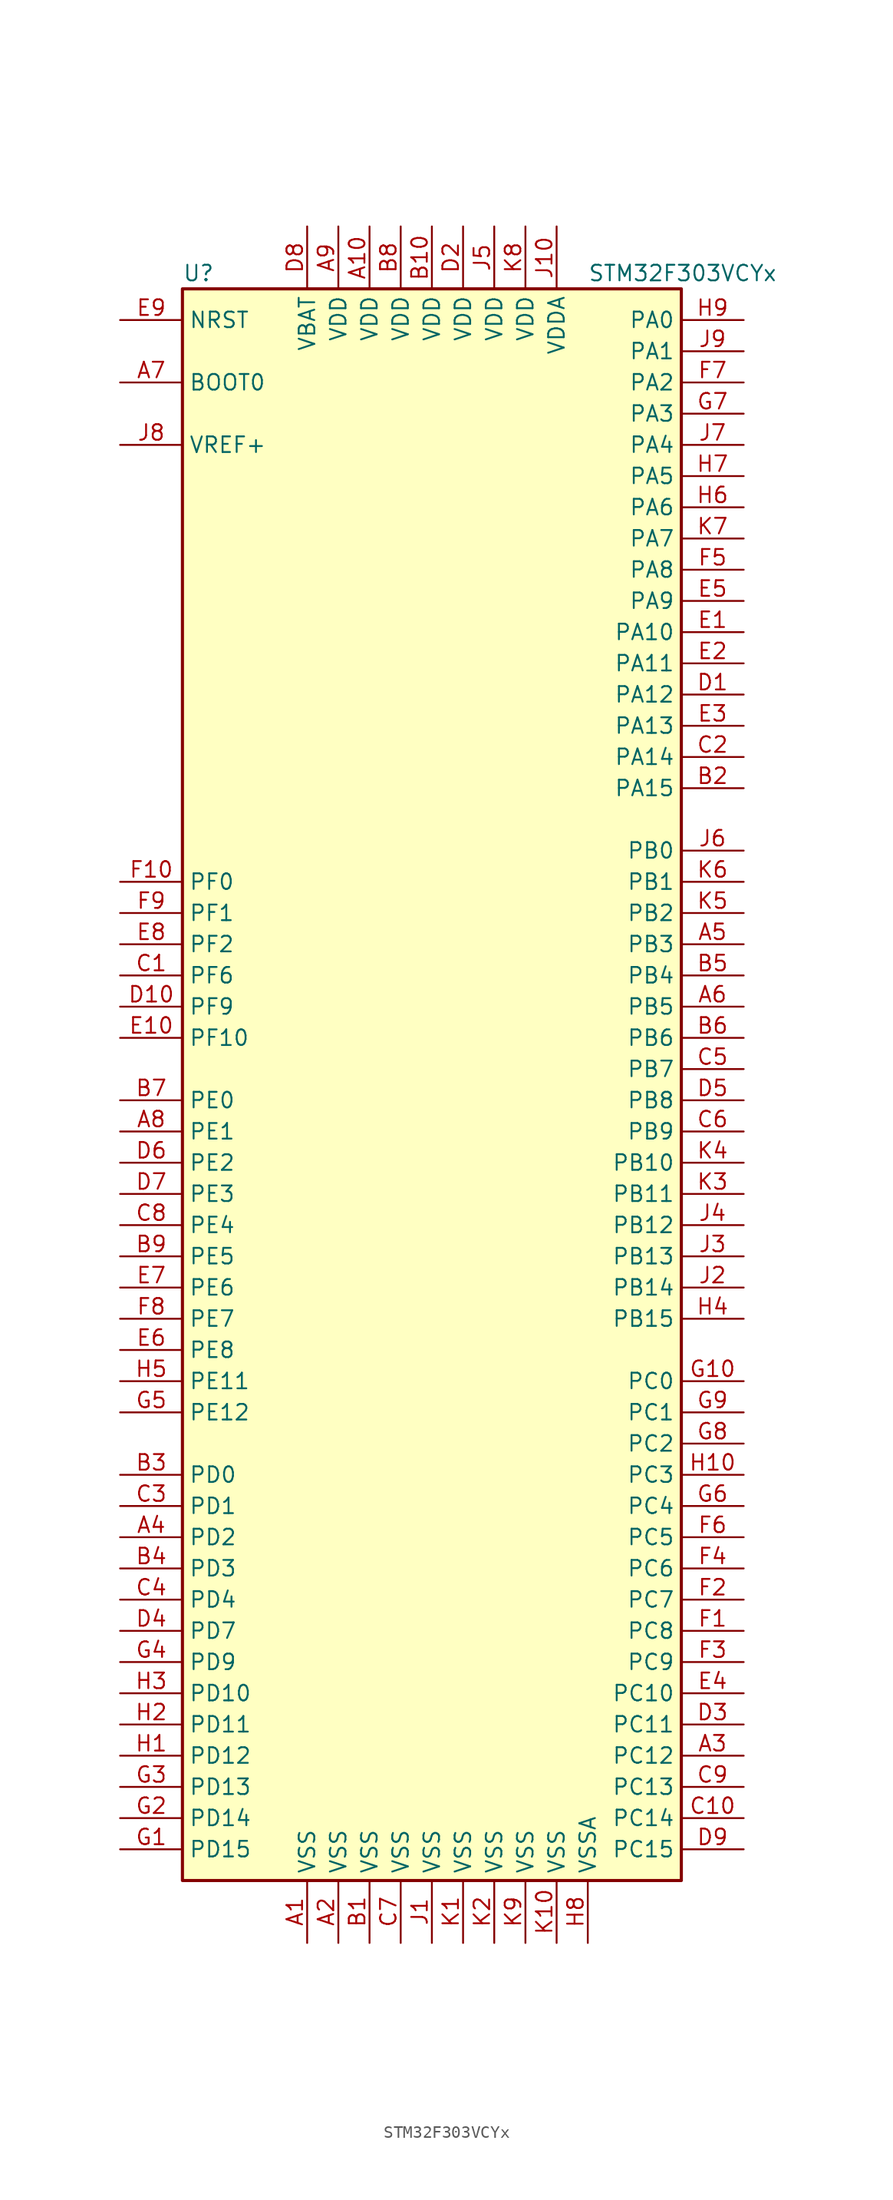
<source format=kicad_sym>
(kicad_symbol_lib
  (version 20201005)
  (generator kicad_symbol_editor)
  (symbol "MCU_ST_STM32F3:STM32F303VCYx"
    (property "Reference" "U"
      (at -20.32 64.77 0)
      (effects (font (size 1.27 1.27)) (justify left)))
    (property "Value" "STM32F303VCYx"
      (at 12.7 64.77 0)
      (effects (font (size 1.27 1.27)) (justify left)))
    (symbol "STM32F303VCYx_0_1"
      (rectangle (start -20.32 -66.04) (end 20.32 63.5) (stroke (width 0.254)) (fill (type background))))
    (symbol "STM32F303VCYx_1_1"
      (pin input line (at -25.4 55.88 0) (length 5.08) (name "BOOT0" (effects (font (size 1.27 1.27)))) (number "A7" (effects (font (size 1.27 1.27)))))
      (pin input line (at -25.4 60.96 0) (length 5.08) (name "NRST" (effects (font (size 1.27 1.27)))) (number "E9" (effects (font (size 1.27 1.27)))))
      (pin bidirectional line (at 25.4 60.96 180) (length 5.08) (name "PA0" (effects (font (size 1.27 1.27)))) (number "H9" (effects (font (size 1.27 1.27)))))
      (pin bidirectional line (at 25.4 58.42 180) (length 5.08) (name "PA1" (effects (font (size 1.27 1.27)))) (number "J9" (effects (font (size 1.27 1.27)))))
      (pin bidirectional line (at 25.4 35.56 180) (length 5.08) (name "PA10" (effects (font (size 1.27 1.27)))) (number "E1" (effects (font (size 1.27 1.27)))))
      (pin bidirectional line (at 25.4 33.02 180) (length 5.08) (name "PA11" (effects (font (size 1.27 1.27)))) (number "E2" (effects (font (size 1.27 1.27)))))
      (pin bidirectional line (at 25.4 30.48 180) (length 5.08) (name "PA12" (effects (font (size 1.27 1.27)))) (number "D1" (effects (font (size 1.27 1.27)))))
      (pin bidirectional line (at 25.4 27.94 180) (length 5.08) (name "PA13" (effects (font (size 1.27 1.27)))) (number "E3" (effects (font (size 1.27 1.27)))))
      (pin bidirectional line (at 25.4 25.4 180) (length 5.08) (name "PA14" (effects (font (size 1.27 1.27)))) (number "C2" (effects (font (size 1.27 1.27)))))
      (pin bidirectional line (at 25.4 22.86 180) (length 5.08) (name "PA15" (effects (font (size 1.27 1.27)))) (number "B2" (effects (font (size 1.27 1.27)))))
      (pin bidirectional line (at 25.4 55.88 180) (length 5.08) (name "PA2" (effects (font (size 1.27 1.27)))) (number "F7" (effects (font (size 1.27 1.27)))))
      (pin bidirectional line (at 25.4 53.34 180) (length 5.08) (name "PA3" (effects (font (size 1.27 1.27)))) (number "G7" (effects (font (size 1.27 1.27)))))
      (pin bidirectional line (at 25.4 50.8 180) (length 5.08) (name "PA4" (effects (font (size 1.27 1.27)))) (number "J7" (effects (font (size 1.27 1.27)))))
      (pin bidirectional line (at 25.4 48.26 180) (length 5.08) (name "PA5" (effects (font (size 1.27 1.27)))) (number "H7" (effects (font (size 1.27 1.27)))))
      (pin bidirectional line (at 25.4 45.72 180) (length 5.08) (name "PA6" (effects (font (size 1.27 1.27)))) (number "H6" (effects (font (size 1.27 1.27)))))
      (pin bidirectional line (at 25.4 43.18 180) (length 5.08) (name "PA7" (effects (font (size 1.27 1.27)))) (number "K7" (effects (font (size 1.27 1.27)))))
      (pin bidirectional line (at 25.4 40.64 180) (length 5.08) (name "PA8" (effects (font (size 1.27 1.27)))) (number "F5" (effects (font (size 1.27 1.27)))))
      (pin bidirectional line (at 25.4 38.1 180) (length 5.08) (name "PA9" (effects (font (size 1.27 1.27)))) (number "E5" (effects (font (size 1.27 1.27)))))
      (pin bidirectional line (at 25.4 17.78 180) (length 5.08) (name "PB0" (effects (font (size 1.27 1.27)))) (number "J6" (effects (font (size 1.27 1.27)))))
      (pin bidirectional line (at 25.4 15.24 180) (length 5.08) (name "PB1" (effects (font (size 1.27 1.27)))) (number "K6" (effects (font (size 1.27 1.27)))))
      (pin bidirectional line (at 25.4 -7.62 180) (length 5.08) (name "PB10" (effects (font (size 1.27 1.27)))) (number "K4" (effects (font (size 1.27 1.27)))))
      (pin bidirectional line (at 25.4 -10.16 180) (length 5.08) (name "PB11" (effects (font (size 1.27 1.27)))) (number "K3" (effects (font (size 1.27 1.27)))))
      (pin bidirectional line (at 25.4 -12.7 180) (length 5.08) (name "PB12" (effects (font (size 1.27 1.27)))) (number "J4" (effects (font (size 1.27 1.27)))))
      (pin bidirectional line (at 25.4 -15.24 180) (length 5.08) (name "PB13" (effects (font (size 1.27 1.27)))) (number "J3" (effects (font (size 1.27 1.27)))))
      (pin bidirectional line (at 25.4 -17.78 180) (length 5.08) (name "PB14" (effects (font (size 1.27 1.27)))) (number "J2" (effects (font (size 1.27 1.27)))))
      (pin bidirectional line (at 25.4 -20.32 180) (length 5.08) (name "PB15" (effects (font (size 1.27 1.27)))) (number "H4" (effects (font (size 1.27 1.27)))))
      (pin bidirectional line (at 25.4 12.7 180) (length 5.08) (name "PB2" (effects (font (size 1.27 1.27)))) (number "K5" (effects (font (size 1.27 1.27)))))
      (pin bidirectional line (at 25.4 10.16 180) (length 5.08) (name "PB3" (effects (font (size 1.27 1.27)))) (number "A5" (effects (font (size 1.27 1.27)))))
      (pin bidirectional line (at 25.4 7.62 180) (length 5.08) (name "PB4" (effects (font (size 1.27 1.27)))) (number "B5" (effects (font (size 1.27 1.27)))))
      (pin bidirectional line (at 25.4 5.08 180) (length 5.08) (name "PB5" (effects (font (size 1.27 1.27)))) (number "A6" (effects (font (size 1.27 1.27)))))
      (pin bidirectional line (at 25.4 2.54 180) (length 5.08) (name "PB6" (effects (font (size 1.27 1.27)))) (number "B6" (effects (font (size 1.27 1.27)))))
      (pin bidirectional line (at 25.4 0 180) (length 5.08) (name "PB7" (effects (font (size 1.27 1.27)))) (number "C5" (effects (font (size 1.27 1.27)))))
      (pin bidirectional line (at 25.4 -2.54 180) (length 5.08) (name "PB8" (effects (font (size 1.27 1.27)))) (number "D5" (effects (font (size 1.27 1.27)))))
      (pin bidirectional line (at 25.4 -5.08 180) (length 5.08) (name "PB9" (effects (font (size 1.27 1.27)))) (number "C6" (effects (font (size 1.27 1.27)))))
      (pin bidirectional line (at 25.4 -25.4 180) (length 5.08) (name "PC0" (effects (font (size 1.27 1.27)))) (number "G10" (effects (font (size 1.27 1.27)))))
      (pin bidirectional line (at 25.4 -27.94 180) (length 5.08) (name "PC1" (effects (font (size 1.27 1.27)))) (number "G9" (effects (font (size 1.27 1.27)))))
      (pin bidirectional line (at 25.4 -50.8 180) (length 5.08) (name "PC10" (effects (font (size 1.27 1.27)))) (number "E4" (effects (font (size 1.27 1.27)))))
      (pin bidirectional line (at 25.4 -53.34 180) (length 5.08) (name "PC11" (effects (font (size 1.27 1.27)))) (number "D3" (effects (font (size 1.27 1.27)))))
      (pin bidirectional line (at 25.4 -55.88 180) (length 5.08) (name "PC12" (effects (font (size 1.27 1.27)))) (number "A3" (effects (font (size 1.27 1.27)))))
      (pin bidirectional line (at 25.4 -58.42 180) (length 5.08) (name "PC13" (effects (font (size 1.27 1.27)))) (number "C9" (effects (font (size 1.27 1.27)))))
      (pin bidirectional line (at 25.4 -60.96 180) (length 5.08) (name "PC14" (effects (font (size 1.27 1.27)))) (number "C10" (effects (font (size 1.27 1.27)))))
      (pin bidirectional line (at 25.4 -63.5 180) (length 5.08) (name "PC15" (effects (font (size 1.27 1.27)))) (number "D9" (effects (font (size 1.27 1.27)))))
      (pin bidirectional line (at 25.4 -30.48 180) (length 5.08) (name "PC2" (effects (font (size 1.27 1.27)))) (number "G8" (effects (font (size 1.27 1.27)))))
      (pin bidirectional line (at 25.4 -33.02 180) (length 5.08) (name "PC3" (effects (font (size 1.27 1.27)))) (number "H10" (effects (font (size 1.27 1.27)))))
      (pin bidirectional line (at 25.4 -35.56 180) (length 5.08) (name "PC4" (effects (font (size 1.27 1.27)))) (number "G6" (effects (font (size 1.27 1.27)))))
      (pin bidirectional line (at 25.4 -38.1 180) (length 5.08) (name "PC5" (effects (font (size 1.27 1.27)))) (number "F6" (effects (font (size 1.27 1.27)))))
      (pin bidirectional line (at 25.4 -40.64 180) (length 5.08) (name "PC6" (effects (font (size 1.27 1.27)))) (number "F4" (effects (font (size 1.27 1.27)))))
      (pin bidirectional line (at 25.4 -43.18 180) (length 5.08) (name "PC7" (effects (font (size 1.27 1.27)))) (number "F2" (effects (font (size 1.27 1.27)))))
      (pin bidirectional line (at 25.4 -45.72 180) (length 5.08) (name "PC8" (effects (font (size 1.27 1.27)))) (number "F1" (effects (font (size 1.27 1.27)))))
      (pin bidirectional line (at 25.4 -48.26 180) (length 5.08) (name "PC9" (effects (font (size 1.27 1.27)))) (number "F3" (effects (font (size 1.27 1.27)))))
      (pin bidirectional line (at -25.4 -33.02 0) (length 5.08) (name "PD0" (effects (font (size 1.27 1.27)))) (number "B3" (effects (font (size 1.27 1.27)))))
      (pin bidirectional line (at -25.4 -35.56 0) (length 5.08) (name "PD1" (effects (font (size 1.27 1.27)))) (number "C3" (effects (font (size 1.27 1.27)))))
      (pin bidirectional line (at -25.4 -50.8 0) (length 5.08) (name "PD10" (effects (font (size 1.27 1.27)))) (number "H3" (effects (font (size 1.27 1.27)))))
      (pin bidirectional line (at -25.4 -53.34 0) (length 5.08) (name "PD11" (effects (font (size 1.27 1.27)))) (number "H2" (effects (font (size 1.27 1.27)))))
      (pin bidirectional line (at -25.4 -55.88 0) (length 5.08) (name "PD12" (effects (font (size 1.27 1.27)))) (number "H1" (effects (font (size 1.27 1.27)))))
      (pin bidirectional line (at -25.4 -58.42 0) (length 5.08) (name "PD13" (effects (font (size 1.27 1.27)))) (number "G3" (effects (font (size 1.27 1.27)))))
      (pin bidirectional line (at -25.4 -60.96 0) (length 5.08) (name "PD14" (effects (font (size 1.27 1.27)))) (number "G2" (effects (font (size 1.27 1.27)))))
      (pin bidirectional line (at -25.4 -63.5 0) (length 5.08) (name "PD15" (effects (font (size 1.27 1.27)))) (number "G1" (effects (font (size 1.27 1.27)))))
      (pin bidirectional line (at -25.4 -38.1 0) (length 5.08) (name "PD2" (effects (font (size 1.27 1.27)))) (number "A4" (effects (font (size 1.27 1.27)))))
      (pin bidirectional line (at -25.4 -40.64 0) (length 5.08) (name "PD3" (effects (font (size 1.27 1.27)))) (number "B4" (effects (font (size 1.27 1.27)))))
      (pin bidirectional line (at -25.4 -43.18 0) (length 5.08) (name "PD4" (effects (font (size 1.27 1.27)))) (number "C4" (effects (font (size 1.27 1.27)))))
      (pin bidirectional line (at -25.4 -45.72 0) (length 5.08) (name "PD7" (effects (font (size 1.27 1.27)))) (number "D4" (effects (font (size 1.27 1.27)))))
      (pin bidirectional line (at -25.4 -48.26 0) (length 5.08) (name "PD9" (effects (font (size 1.27 1.27)))) (number "G4" (effects (font (size 1.27 1.27)))))
      (pin bidirectional line (at -25.4 -2.54 0) (length 5.08) (name "PE0" (effects (font (size 1.27 1.27)))) (number "B7" (effects (font (size 1.27 1.27)))))
      (pin bidirectional line (at -25.4 -5.08 0) (length 5.08) (name "PE1" (effects (font (size 1.27 1.27)))) (number "A8" (effects (font (size 1.27 1.27)))))
      (pin bidirectional line (at -25.4 -25.4 0) (length 5.08) (name "PE11" (effects (font (size 1.27 1.27)))) (number "H5" (effects (font (size 1.27 1.27)))))
      (pin bidirectional line (at -25.4 -27.94 0) (length 5.08) (name "PE12" (effects (font (size 1.27 1.27)))) (number "G5" (effects (font (size 1.27 1.27)))))
      (pin bidirectional line (at -25.4 -7.62 0) (length 5.08) (name "PE2" (effects (font (size 1.27 1.27)))) (number "D6" (effects (font (size 1.27 1.27)))))
      (pin bidirectional line (at -25.4 -10.16 0) (length 5.08) (name "PE3" (effects (font (size 1.27 1.27)))) (number "D7" (effects (font (size 1.27 1.27)))))
      (pin bidirectional line (at -25.4 -12.7 0) (length 5.08) (name "PE4" (effects (font (size 1.27 1.27)))) (number "C8" (effects (font (size 1.27 1.27)))))
      (pin bidirectional line (at -25.4 -15.24 0) (length 5.08) (name "PE5" (effects (font (size 1.27 1.27)))) (number "B9" (effects (font (size 1.27 1.27)))))
      (pin bidirectional line (at -25.4 -17.78 0) (length 5.08) (name "PE6" (effects (font (size 1.27 1.27)))) (number "E7" (effects (font (size 1.27 1.27)))))
      (pin bidirectional line (at -25.4 -20.32 0) (length 5.08) (name "PE7" (effects (font (size 1.27 1.27)))) (number "F8" (effects (font (size 1.27 1.27)))))
      (pin bidirectional line (at -25.4 -22.86 0) (length 5.08) (name "PE8" (effects (font (size 1.27 1.27)))) (number "E6" (effects (font (size 1.27 1.27)))))
      (pin input line (at -25.4 15.24 0) (length 5.08) (name "PF0" (effects (font (size 1.27 1.27)))) (number "F10" (effects (font (size 1.27 1.27)))))
      (pin input line (at -25.4 12.7 0) (length 5.08) (name "PF1" (effects (font (size 1.27 1.27)))) (number "F9" (effects (font (size 1.27 1.27)))))
      (pin bidirectional line (at -25.4 2.54 0) (length 5.08) (name "PF10" (effects (font (size 1.27 1.27)))) (number "E10" (effects (font (size 1.27 1.27)))))
      (pin bidirectional line (at -25.4 10.16 0) (length 5.08) (name "PF2" (effects (font (size 1.27 1.27)))) (number "E8" (effects (font (size 1.27 1.27)))))
      (pin bidirectional line (at -25.4 7.62 0) (length 5.08) (name "PF6" (effects (font (size 1.27 1.27)))) (number "C1" (effects (font (size 1.27 1.27)))))
      (pin bidirectional line (at -25.4 5.08 0) (length 5.08) (name "PF9" (effects (font (size 1.27 1.27)))) (number "D10" (effects (font (size 1.27 1.27)))))
      (pin power_in line (at -10.16 68.58 270) (length 5.08) (name "VBAT" (effects (font (size 1.27 1.27)))) (number "D8" (effects (font (size 1.27 1.27)))))
      (pin power_in line (at -5.08 68.58 270) (length 5.08) (name "VDD" (effects (font (size 1.27 1.27)))) (number "A10" (effects (font (size 1.27 1.27)))))
      (pin power_in line (at -7.62 68.58 270) (length 5.08) (name "VDD" (effects (font (size 1.27 1.27)))) (number "A9" (effects (font (size 1.27 1.27)))))
      (pin power_in line (at 0 68.58 270) (length 5.08) (name "VDD" (effects (font (size 1.27 1.27)))) (number "B10" (effects (font (size 1.27 1.27)))))
      (pin power_in line (at -2.54 68.58 270) (length 5.08) (name "VDD" (effects (font (size 1.27 1.27)))) (number "B8" (effects (font (size 1.27 1.27)))))
      (pin power_in line (at 2.54 68.58 270) (length 5.08) (name "VDD" (effects (font (size 1.27 1.27)))) (number "D2" (effects (font (size 1.27 1.27)))))
      (pin power_in line (at 5.08 68.58 270) (length 5.08) (name "VDD" (effects (font (size 1.27 1.27)))) (number "J5" (effects (font (size 1.27 1.27)))))
      (pin power_in line (at 7.62 68.58 270) (length 5.08) (name "VDD" (effects (font (size 1.27 1.27)))) (number "K8" (effects (font (size 1.27 1.27)))))
      (pin power_in line (at 10.16 68.58 270) (length 5.08) (name "VDDA" (effects (font (size 1.27 1.27)))) (number "J10" (effects (font (size 1.27 1.27)))))
      (pin power_in line (at -25.4 50.8 0) (length 5.08) (name "VREF+" (effects (font (size 1.27 1.27)))) (number "J8" (effects (font (size 1.27 1.27)))))
      (pin power_in line (at -10.16 -71.12 90) (length 5.08) (name "VSS" (effects (font (size 1.27 1.27)))) (number "A1" (effects (font (size 1.27 1.27)))))
      (pin power_in line (at -7.62 -71.12 90) (length 5.08) (name "VSS" (effects (font (size 1.27 1.27)))) (number "A2" (effects (font (size 1.27 1.27)))))
      (pin power_in line (at -5.08 -71.12 90) (length 5.08) (name "VSS" (effects (font (size 1.27 1.27)))) (number "B1" (effects (font (size 1.27 1.27)))))
      (pin power_in line (at -2.54 -71.12 90) (length 5.08) (name "VSS" (effects (font (size 1.27 1.27)))) (number "C7" (effects (font (size 1.27 1.27)))))
      (pin power_in line (at 0 -71.12 90) (length 5.08) (name "VSS" (effects (font (size 1.27 1.27)))) (number "J1" (effects (font (size 1.27 1.27)))))
      (pin power_in line (at 2.54 -71.12 90) (length 5.08) (name "VSS" (effects (font (size 1.27 1.27)))) (number "K1" (effects (font (size 1.27 1.27)))))
      (pin power_in line (at 10.16 -71.12 90) (length 5.08) (name "VSS" (effects (font (size 1.27 1.27)))) (number "K10" (effects (font (size 1.27 1.27)))))
      (pin power_in line (at 5.08 -71.12 90) (length 5.08) (name "VSS" (effects (font (size 1.27 1.27)))) (number "K2" (effects (font (size 1.27 1.27)))))
      (pin power_in line (at 7.62 -71.12 90) (length 5.08) (name "VSS" (effects (font (size 1.27 1.27)))) (number "K9" (effects (font (size 1.27 1.27)))))
      (pin power_in line (at 12.7 -71.12 90) (length 5.08) (name "VSSA" (effects (font (size 1.27 1.27)))) (number "H8" (effects (font (size 1.27 1.27))))))))
</source>
